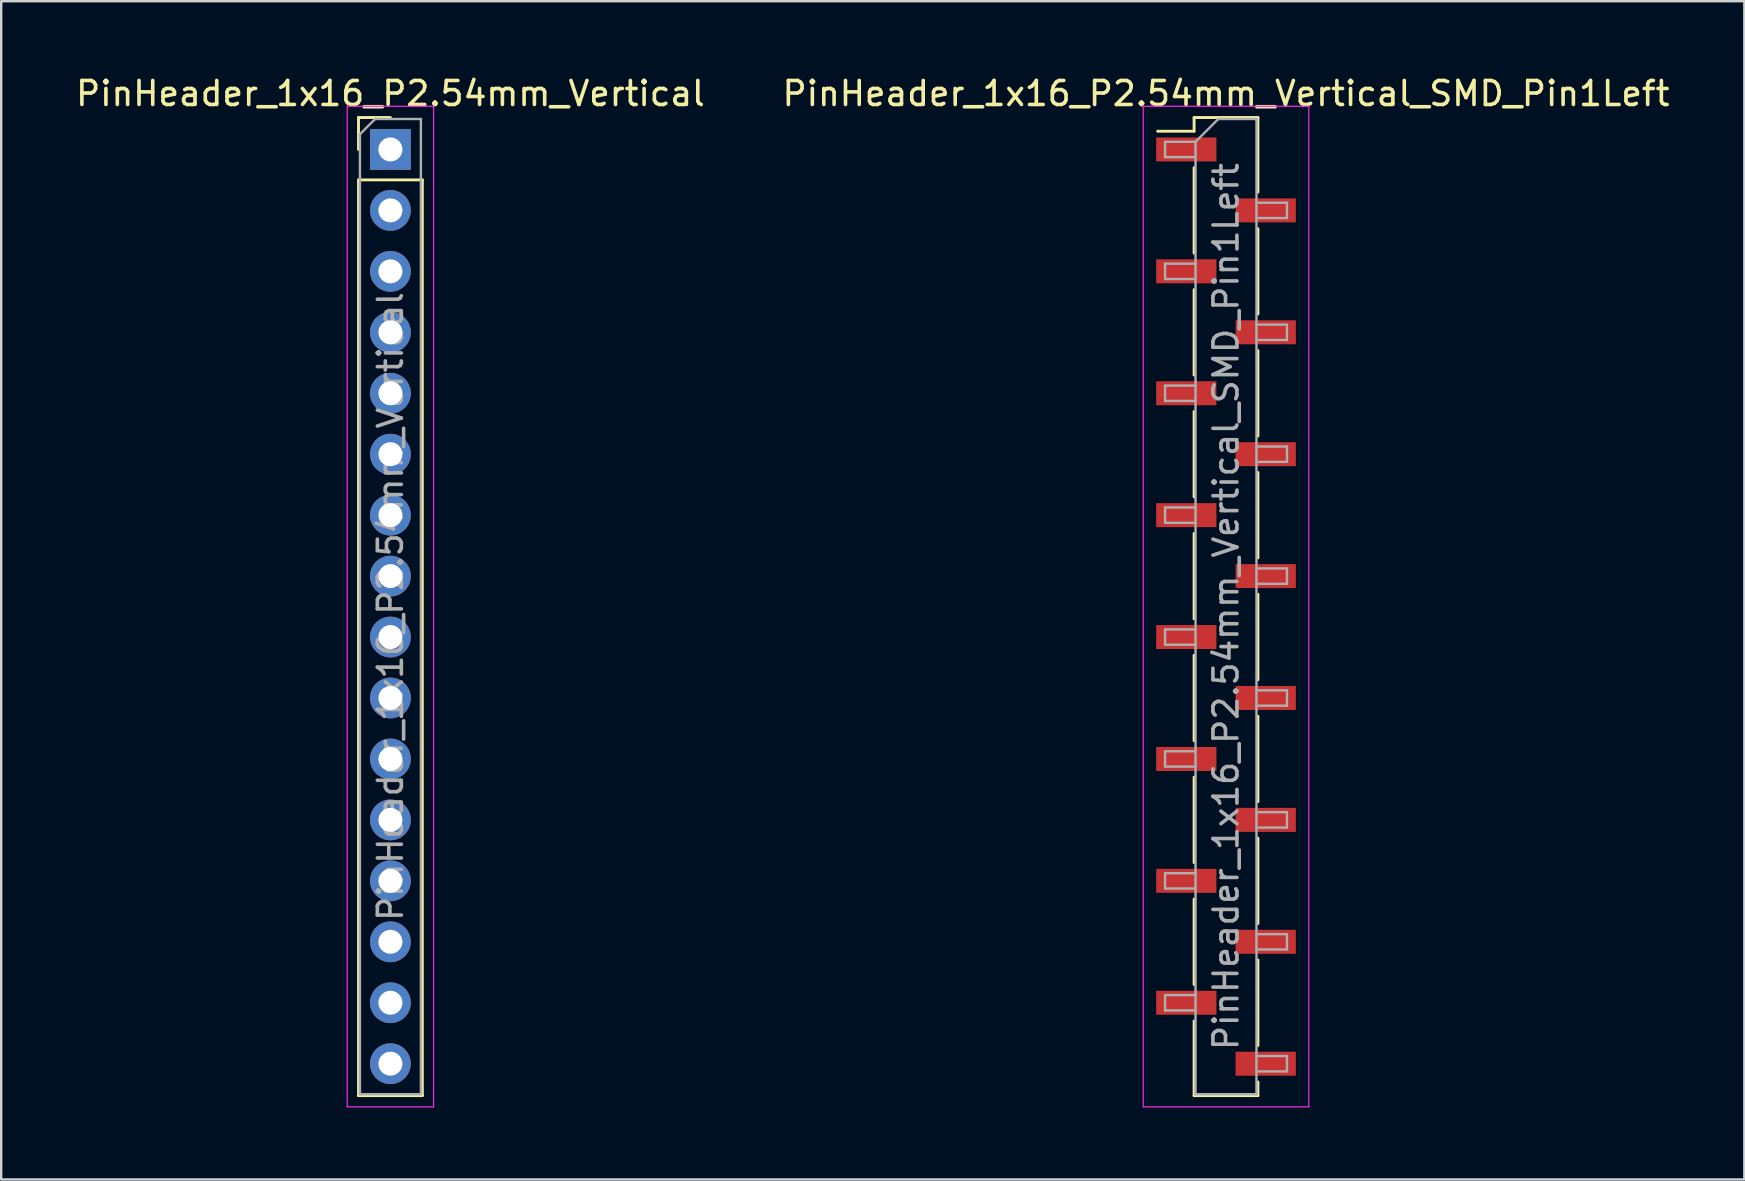
<source format=kicad_pcb>
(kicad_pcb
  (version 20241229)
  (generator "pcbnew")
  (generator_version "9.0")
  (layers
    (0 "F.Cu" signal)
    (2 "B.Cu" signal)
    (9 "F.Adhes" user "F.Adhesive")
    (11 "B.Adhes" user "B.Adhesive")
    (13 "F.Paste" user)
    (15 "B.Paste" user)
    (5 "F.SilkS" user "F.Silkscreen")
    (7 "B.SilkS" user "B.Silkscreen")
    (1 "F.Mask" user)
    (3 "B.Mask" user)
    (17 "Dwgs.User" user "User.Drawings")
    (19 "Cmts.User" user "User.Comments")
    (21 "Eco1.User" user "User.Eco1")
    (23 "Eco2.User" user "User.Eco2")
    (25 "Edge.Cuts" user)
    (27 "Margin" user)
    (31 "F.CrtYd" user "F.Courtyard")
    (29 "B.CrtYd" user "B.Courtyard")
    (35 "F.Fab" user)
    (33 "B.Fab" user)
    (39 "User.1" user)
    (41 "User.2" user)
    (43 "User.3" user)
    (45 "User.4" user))
  (footprint "PinHeader_1x16_P2.54mm_Vertical_SMD_Pin1Left"
    (layer "F.Cu")
    (at 48.042 22.228)
    (property "Reference" "PinHeader_1x16_P2.54mm_Vertical_SMD_Pin1Left" (at 0 -21.38 0) (layer "F.SilkS") (effects (font (size 1 1) (thickness 0.15))))
    (attr smd)
    (fp_line (start -1.33 -20.38) (end -1.33 -19.81) (stroke (width 0.12) (type solid)) (layer "F.SilkS"))
    (fp_line (start -1.33 -20.38) (end 1.33 -20.38) (stroke (width 0.12) (type solid)) (layer "F.SilkS"))
    (fp_line (start -1.33 -19.81) (end -2.85 -19.81) (stroke (width 0.12) (type solid)) (layer "F.SilkS"))
    (fp_line (start -1.33 -18.29) (end -1.33 -14.73) (stroke (width 0.12) (type solid)) (layer "F.SilkS"))
    (fp_line (start -1.33 -13.21) (end -1.33 -9.65) (stroke (width 0.12) (type solid)) (layer "F.SilkS"))
    (fp_line (start -1.33 -8.13) (end -1.33 -4.57) (stroke (width 0.12) (type solid)) (layer "F.SilkS"))
    (fp_line (start -1.33 -3.05) (end -1.33 0.51) (stroke (width 0.12) (type solid)) (layer "F.SilkS"))
    (fp_line (start -1.33 2.03) (end -1.33 5.59) (stroke (width 0.12) (type solid)) (layer "F.SilkS"))
    (fp_line (start -1.33 7.11) (end -1.33 10.67) (stroke (width 0.12) (type solid)) (layer "F.SilkS"))
    (fp_line (start -1.33 12.19) (end -1.33 15.75) (stroke (width 0.12) (type solid)) (layer "F.SilkS"))
    (fp_line (start -1.33 17.27) (end -1.33 20.38) (stroke (width 0.12) (type solid)) (layer "F.SilkS"))
    (fp_line (start -1.33 20.38) (end 1.33 20.38) (stroke (width 0.12) (type solid)) (layer "F.SilkS"))
    (fp_line (start 1.33 -20.38) (end 1.33 -17.27) (stroke (width 0.12) (type solid)) (layer "F.SilkS"))
    (fp_line (start 1.33 -15.75) (end 1.33 -12.19) (stroke (width 0.12) (type solid)) (layer "F.SilkS"))
    (fp_line (start 1.33 -10.67) (end 1.33 -7.11) (stroke (width 0.12) (type solid)) (layer "F.SilkS"))
    (fp_line (start 1.33 -5.59) (end 1.33 -2.03) (stroke (width 0.12) (type solid)) (layer "F.SilkS"))
    (fp_line (start 1.33 -0.51) (end 1.33 3.05) (stroke (width 0.12) (type solid)) (layer "F.SilkS"))
    (fp_line (start 1.33 4.57) (end 1.33 8.13) (stroke (width 0.12) (type solid)) (layer "F.SilkS"))
    (fp_line (start 1.33 9.65) (end 1.33 13.21) (stroke (width 0.12) (type solid)) (layer "F.SilkS"))
    (fp_line (start 1.33 14.73) (end 1.33 18.29) (stroke (width 0.12) (type solid)) (layer "F.SilkS"))
    (fp_line (start 1.33 19.81) (end 1.33 20.38) (stroke (width 0.12) (type solid)) (layer "F.SilkS"))
    (fp_line (start -3.45 -20.85) (end -3.45 20.85) (stroke (width 0.05) (type solid)) (layer "F.CrtYd"))
    (fp_line (start -3.45 20.85) (end 3.45 20.85) (stroke (width 0.05) (type solid)) (layer "F.CrtYd"))
    (fp_line (start 3.45 -20.85) (end -3.45 -20.85) (stroke (width 0.05) (type solid)) (layer "F.CrtYd"))
    (fp_line (start 3.45 20.85) (end 3.45 -20.85) (stroke (width 0.05) (type solid)) (layer "F.CrtYd"))
    (fp_line (start -2.54 -19.37) (end -2.54 -18.73) (stroke (width 0.1) (type solid)) (layer "F.Fab"))
    (fp_line (start -2.54 -18.73) (end -1.27 -18.73) (stroke (width 0.1) (type solid)) (layer "F.Fab"))
    (fp_line (start -2.54 -14.29) (end -2.54 -13.65) (stroke (width 0.1) (type solid)) (layer "F.Fab"))
    (fp_line (start -2.54 -13.65) (end -1.27 -13.65) (stroke (width 0.1) (type solid)) (layer "F.Fab"))
    (fp_line (start -2.54 -9.21) (end -2.54 -8.57) (stroke (width 0.1) (type solid)) (layer "F.Fab"))
    (fp_line (start -2.54 -8.57) (end -1.27 -8.57) (stroke (width 0.1) (type solid)) (layer "F.Fab"))
    (fp_line (start -2.54 -4.13) (end -2.54 -3.49) (stroke (width 0.1) (type solid)) (layer "F.Fab"))
    (fp_line (start -2.54 -3.49) (end -1.27 -3.49) (stroke (width 0.1) (type solid)) (layer "F.Fab"))
    (fp_line (start -2.54 0.95) (end -2.54 1.59) (stroke (width 0.1) (type solid)) (layer "F.Fab"))
    (fp_line (start -2.54 1.59) (end -1.27 1.59) (stroke (width 0.1) (type solid)) (layer "F.Fab"))
    (fp_line (start -2.54 6.03) (end -2.54 6.67) (stroke (width 0.1) (type solid)) (layer "F.Fab"))
    (fp_line (start -2.54 6.67) (end -1.27 6.67) (stroke (width 0.1) (type solid)) (layer "F.Fab"))
    (fp_line (start -2.54 11.11) (end -2.54 11.75) (stroke (width 0.1) (type solid)) (layer "F.Fab"))
    (fp_line (start -2.54 11.75) (end -1.27 11.75) (stroke (width 0.1) (type solid)) (layer "F.Fab"))
    (fp_line (start -2.54 16.19) (end -2.54 16.83) (stroke (width 0.1) (type solid)) (layer "F.Fab"))
    (fp_line (start -2.54 16.83) (end -1.27 16.83) (stroke (width 0.1) (type solid)) (layer "F.Fab"))
    (fp_line (start -1.27 -19.37) (end -2.54 -19.37) (stroke (width 0.1) (type solid)) (layer "F.Fab"))
    (fp_line (start -1.27 -19.37) (end -0.32 -20.32) (stroke (width 0.1) (type solid)) (layer "F.Fab"))
    (fp_line (start -1.27 -14.29) (end -2.54 -14.29) (stroke (width 0.1) (type solid)) (layer "F.Fab"))
    (fp_line (start -1.27 -9.21) (end -2.54 -9.21) (stroke (width 0.1) (type solid)) (layer "F.Fab"))
    (fp_line (start -1.27 -4.13) (end -2.54 -4.13) (stroke (width 0.1) (type solid)) (layer "F.Fab"))
    (fp_line (start -1.27 0.95) (end -2.54 0.95) (stroke (width 0.1) (type solid)) (layer "F.Fab"))
    (fp_line (start -1.27 6.03) (end -2.54 6.03) (stroke (width 0.1) (type solid)) (layer "F.Fab"))
    (fp_line (start -1.27 11.11) (end -2.54 11.11) (stroke (width 0.1) (type solid)) (layer "F.Fab"))
    (fp_line (start -1.27 16.19) (end -2.54 16.19) (stroke (width 0.1) (type solid)) (layer "F.Fab"))
    (fp_line (start -1.27 20.32) (end -1.27 -19.37) (stroke (width 0.1) (type solid)) (layer "F.Fab"))
    (fp_line (start -0.32 -20.32) (end 1.27 -20.32) (stroke (width 0.1) (type solid)) (layer "F.Fab"))
    (fp_line (start 1.27 -20.32) (end 1.27 20.32) (stroke (width 0.1) (type solid)) (layer "F.Fab"))
    (fp_line (start 1.27 -16.83) (end 2.54 -16.83) (stroke (width 0.1) (type solid)) (layer "F.Fab"))
    (fp_line (start 1.27 -11.75) (end 2.54 -11.75) (stroke (width 0.1) (type solid)) (layer "F.Fab"))
    (fp_line (start 1.27 -6.67) (end 2.54 -6.67) (stroke (width 0.1) (type solid)) (layer "F.Fab"))
    (fp_line (start 1.27 -1.59) (end 2.54 -1.59) (stroke (width 0.1) (type solid)) (layer "F.Fab"))
    (fp_line (start 1.27 3.49) (end 2.54 3.49) (stroke (width 0.1) (type solid)) (layer "F.Fab"))
    (fp_line (start 1.27 8.57) (end 2.54 8.57) (stroke (width 0.1) (type solid)) (layer "F.Fab"))
    (fp_line (start 1.27 13.65) (end 2.54 13.65) (stroke (width 0.1) (type solid)) (layer "F.Fab"))
    (fp_line (start 1.27 18.73) (end 2.54 18.73) (stroke (width 0.1) (type solid)) (layer "F.Fab"))
    (fp_line (start 1.27 20.32) (end -1.27 20.32) (stroke (width 0.1) (type solid)) (layer "F.Fab"))
    (fp_line (start 2.54 -16.83) (end 2.54 -16.19) (stroke (width 0.1) (type solid)) (layer "F.Fab"))
    (fp_line (start 2.54 -16.19) (end 1.27 -16.19) (stroke (width 0.1) (type solid)) (layer "F.Fab"))
    (fp_line (start 2.54 -11.75) (end 2.54 -11.11) (stroke (width 0.1) (type solid)) (layer "F.Fab"))
    (fp_line (start 2.54 -11.11) (end 1.27 -11.11) (stroke (width 0.1) (type solid)) (layer "F.Fab"))
    (fp_line (start 2.54 -6.67) (end 2.54 -6.03) (stroke (width 0.1) (type solid)) (layer "F.Fab"))
    (fp_line (start 2.54 -6.03) (end 1.27 -6.03) (stroke (width 0.1) (type solid)) (layer "F.Fab"))
    (fp_line (start 2.54 -1.59) (end 2.54 -0.95) (stroke (width 0.1) (type solid)) (layer "F.Fab"))
    (fp_line (start 2.54 -0.95) (end 1.27 -0.95) (stroke (width 0.1) (type solid)) (layer "F.Fab"))
    (fp_line (start 2.54 3.49) (end 2.54 4.13) (stroke (width 0.1) (type solid)) (layer "F.Fab"))
    (fp_line (start 2.54 4.13) (end 1.27 4.13) (stroke (width 0.1) (type solid)) (layer "F.Fab"))
    (fp_line (start 2.54 8.57) (end 2.54 9.21) (stroke (width 0.1) (type solid)) (layer "F.Fab"))
    (fp_line (start 2.54 9.21) (end 1.27 9.21) (stroke (width 0.1) (type solid)) (layer "F.Fab"))
    (fp_line (start 2.54 13.65) (end 2.54 14.29) (stroke (width 0.1) (type solid)) (layer "F.Fab"))
    (fp_line (start 2.54 14.29) (end 1.27 14.29) (stroke (width 0.1) (type solid)) (layer "F.Fab"))
    (fp_line (start 2.54 18.73) (end 2.54 19.37) (stroke (width 0.1) (type solid)) (layer "F.Fab"))
    (fp_line (start 2.54 19.37) (end 1.27 19.37) (stroke (width 0.1) (type solid)) (layer "F.Fab"))
    (fp_text user "${REFERENCE}" (at 0 0 90) (layer "F.Fab") (effects (font (size 1 1) (thickness 0.15))))
    (pad "1" smd rect (at -1.655 -19.05) (size 2.51 1) (layers "F.Cu" "F.Mask" "F.Paste"))
    (pad "2" smd rect (at 1.655 -16.51) (size 2.51 1) (layers "F.Cu" "F.Mask" "F.Paste"))
    (pad "3" smd rect (at -1.655 -13.97) (size 2.51 1) (layers "F.Cu" "F.Mask" "F.Paste"))
    (pad "4" smd rect (at 1.655 -11.43) (size 2.51 1) (layers "F.Cu" "F.Mask" "F.Paste"))
    (pad "5" smd rect (at -1.655 -8.89) (size 2.51 1) (layers "F.Cu" "F.Mask" "F.Paste"))
    (pad "6" smd rect (at 1.655 -6.35) (size 2.51 1) (layers "F.Cu" "F.Mask" "F.Paste"))
    (pad "7" smd rect (at -1.655 -3.81) (size 2.51 1) (layers "F.Cu" "F.Mask" "F.Paste"))
    (pad "8" smd rect (at 1.655 -1.27) (size 2.51 1) (layers "F.Cu" "F.Mask" "F.Paste"))
    (pad "9" smd rect (at -1.655 1.27) (size 2.51 1) (layers "F.Cu" "F.Mask" "F.Paste"))
    (pad "10" smd rect (at 1.655 3.81) (size 2.51 1) (layers "F.Cu" "F.Mask" "F.Paste"))
    (pad "11" smd rect (at -1.655 6.35) (size 2.51 1) (layers "F.Cu" "F.Mask" "F.Paste"))
    (pad "12" smd rect (at 1.655 8.89) (size 2.51 1) (layers "F.Cu" "F.Mask" "F.Paste"))
    (pad "13" smd rect (at -1.655 11.43) (size 2.51 1) (layers "F.Cu" "F.Mask" "F.Paste"))
    (pad "14" smd rect (at 1.655 13.97) (size 2.51 1) (layers "F.Cu" "F.Mask" "F.Paste"))
    (pad "15" smd rect (at -1.655 16.51) (size 2.51 1) (layers "F.Cu" "F.Mask" "F.Paste"))
    (pad "16" smd rect (at 1.655 19.05) (size 2.51 1) (layers "F.Cu" "F.Mask" "F.Paste")))
  (footprint "PinHeader_1x16_P2.54mm_Vertical"
    (layer "F.Cu")
    (at 13.22 3.178)
    (property "Reference" "PinHeader_1x16_P2.54mm_Vertical" (at 0 -2.33 0) (layer "F.SilkS") (effects (font (size 1 1) (thickness 0.15))))
    (attr through_hole)
    (fp_line (start -1.33 -1.33) (end 0 -1.33) (stroke (width 0.12) (type solid)) (layer "F.SilkS"))
    (fp_line (start -1.33 0) (end -1.33 -1.33) (stroke (width 0.12) (type solid)) (layer "F.SilkS"))
    (fp_line (start -1.33 1.27) (end -1.33 39.43) (stroke (width 0.12) (type solid)) (layer "F.SilkS"))
    (fp_line (start -1.33 1.27) (end 1.33 1.27) (stroke (width 0.12) (type solid)) (layer "F.SilkS"))
    (fp_line (start -1.33 39.43) (end 1.33 39.43) (stroke (width 0.12) (type solid)) (layer "F.SilkS"))
    (fp_line (start 1.33 1.27) (end 1.33 39.43) (stroke (width 0.12) (type solid)) (layer "F.SilkS"))
    (fp_line (start -1.8 -1.8) (end -1.8 39.9) (stroke (width 0.05) (type solid)) (layer "F.CrtYd"))
    (fp_line (start -1.8 39.9) (end 1.8 39.9) (stroke (width 0.05) (type solid)) (layer "F.CrtYd"))
    (fp_line (start 1.8 -1.8) (end -1.8 -1.8) (stroke (width 0.05) (type solid)) (layer "F.CrtYd"))
    (fp_line (start 1.8 39.9) (end 1.8 -1.8) (stroke (width 0.05) (type solid)) (layer "F.CrtYd"))
    (fp_line (start -1.27 -0.635) (end -0.635 -1.27) (stroke (width 0.1) (type solid)) (layer "F.Fab"))
    (fp_line (start -1.27 39.37) (end -1.27 -0.635) (stroke (width 0.1) (type solid)) (layer "F.Fab"))
    (fp_line (start -0.635 -1.27) (end 1.27 -1.27) (stroke (width 0.1) (type solid)) (layer "F.Fab"))
    (fp_line (start 1.27 -1.27) (end 1.27 39.37) (stroke (width 0.1) (type solid)) (layer "F.Fab"))
    (fp_line (start 1.27 39.37) (end -1.27 39.37) (stroke (width 0.1) (type solid)) (layer "F.Fab"))
    (fp_text user "${REFERENCE}" (at 0 19.05 90) (layer "F.Fab") (effects (font (size 1 1) (thickness 0.15))))
    (pad "1" thru_hole rect (at 0 0) (size 1.7 1.7) (drill 1) (layers "*.Cu" "*.Mask"))
    (pad "2" thru_hole oval (at 0 2.54) (size 1.7 1.7) (drill 1) (layers "*.Cu" "*.Mask"))
    (pad "3" thru_hole oval (at 0 5.08) (size 1.7 1.7) (drill 1) (layers "*.Cu" "*.Mask"))
    (pad "4" thru_hole oval (at 0 7.62) (size 1.7 1.7) (drill 1) (layers "*.Cu" "*.Mask"))
    (pad "5" thru_hole oval (at 0 10.16) (size 1.7 1.7) (drill 1) (layers "*.Cu" "*.Mask"))
    (pad "6" thru_hole oval (at 0 12.7) (size 1.7 1.7) (drill 1) (layers "*.Cu" "*.Mask"))
    (pad "7" thru_hole oval (at 0 15.24) (size 1.7 1.7) (drill 1) (layers "*.Cu" "*.Mask"))
    (pad "8" thru_hole oval (at 0 17.78) (size 1.7 1.7) (drill 1) (layers "*.Cu" "*.Mask"))
    (pad "9" thru_hole oval (at 0 20.32) (size 1.7 1.7) (drill 1) (layers "*.Cu" "*.Mask"))
    (pad "10" thru_hole oval (at 0 22.86) (size 1.7 1.7) (drill 1) (layers "*.Cu" "*.Mask"))
    (pad "11" thru_hole oval (at 0 25.4) (size 1.7 1.7) (drill 1) (layers "*.Cu" "*.Mask"))
    (pad "12" thru_hole oval (at 0 27.94) (size 1.7 1.7) (drill 1) (layers "*.Cu" "*.Mask"))
    (pad "13" thru_hole oval (at 0 30.48) (size 1.7 1.7) (drill 1) (layers "*.Cu" "*.Mask"))
    (pad "14" thru_hole oval (at 0 33.02) (size 1.7 1.7) (drill 1) (layers "*.Cu" "*.Mask"))
    (pad "15" thru_hole oval (at 0 35.56) (size 1.7 1.7) (drill 1) (layers "*.Cu" "*.Mask"))
    (pad "16" thru_hole oval (at 0 38.1) (size 1.7 1.7) (drill 1) (layers "*.Cu" "*.Mask")))
  (gr_rect
    (start -3 -3)
    (end 69.643 46.103)
    (stroke (width 0.1) (type default))
    (fill no)
    (layer "Edge.Cuts")))
</source>
